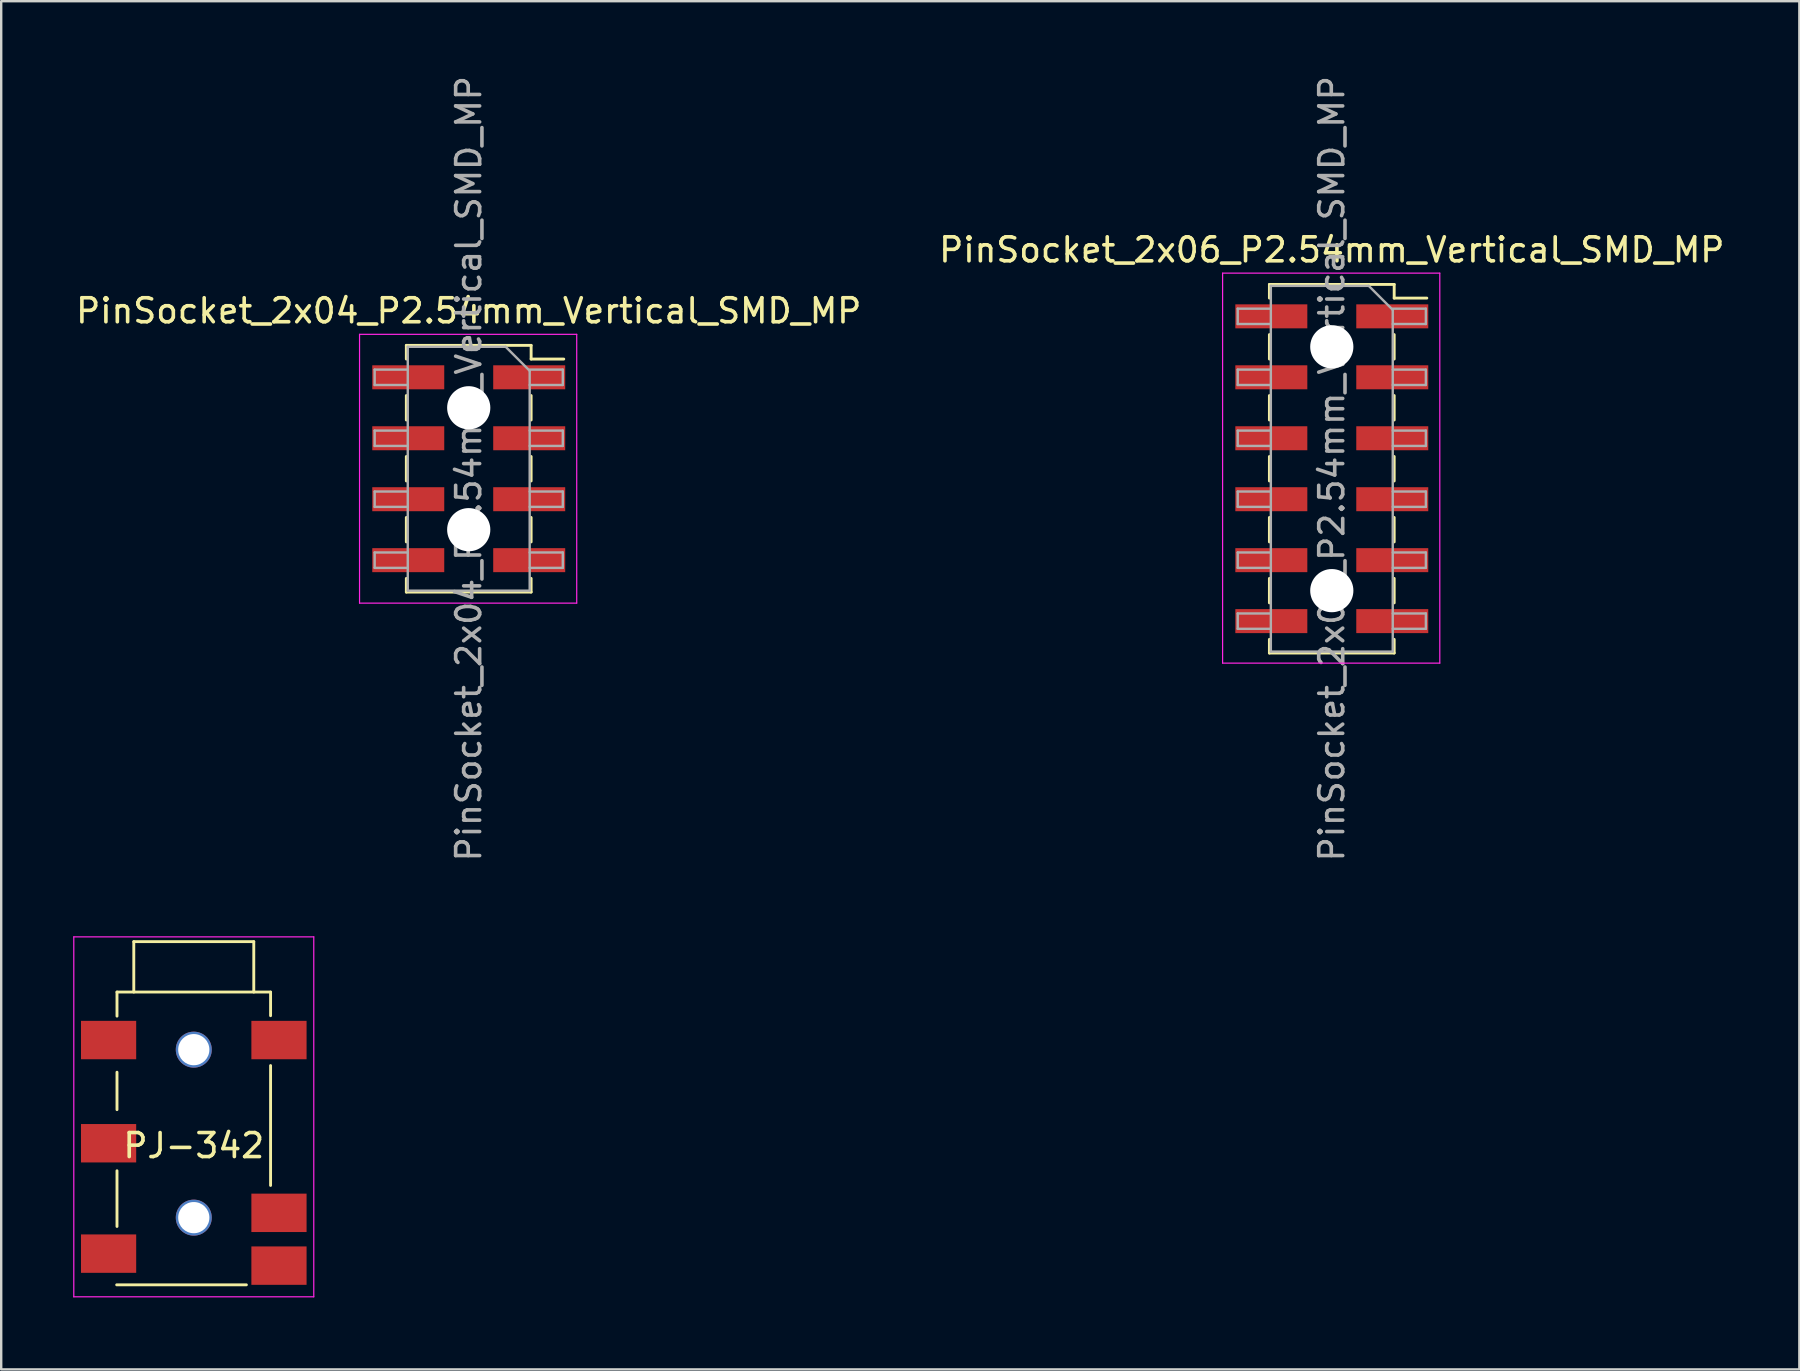
<source format=kicad_pcb>
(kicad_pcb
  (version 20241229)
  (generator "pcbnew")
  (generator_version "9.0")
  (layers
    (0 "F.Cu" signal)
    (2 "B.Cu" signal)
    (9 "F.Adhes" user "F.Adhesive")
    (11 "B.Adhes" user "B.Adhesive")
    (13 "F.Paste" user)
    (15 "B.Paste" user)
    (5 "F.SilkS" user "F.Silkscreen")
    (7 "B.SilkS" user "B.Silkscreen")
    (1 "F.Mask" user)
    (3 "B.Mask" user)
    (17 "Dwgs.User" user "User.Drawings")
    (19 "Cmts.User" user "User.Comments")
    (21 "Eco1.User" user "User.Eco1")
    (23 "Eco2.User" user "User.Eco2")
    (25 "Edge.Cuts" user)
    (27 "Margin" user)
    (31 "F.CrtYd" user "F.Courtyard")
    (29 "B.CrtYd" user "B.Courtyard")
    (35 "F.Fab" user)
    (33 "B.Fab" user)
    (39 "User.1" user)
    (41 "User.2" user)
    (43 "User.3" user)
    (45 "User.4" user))
  (footprint "PJ-342"
    (layer "F.Cu")
    (at 5.025 44.189)
    (property "Reference" "PJ-342" (at 0 0.5 0) (layer "F.SilkS") (effects (font (size 1 1) (thickness 0.15))))
    (attr through_hole)
    (fp_line (start -3.2 -5.9) (end -3.2 -4.897) (stroke (width 0.12) (type solid)) (layer "F.SilkS"))
    (fp_line (start -3.2 -5.9) (end 3.2 -5.9) (stroke (width 0.12) (type solid)) (layer "F.SilkS"))
    (fp_line (start -3.2 -2.56) (end -3.2 -1) (stroke (width 0.12) (type solid)) (layer "F.SilkS"))
    (fp_line (start -3.2 1.547) (end -3.2 3.868) (stroke (width 0.12) (type solid)) (layer "F.SilkS"))
    (fp_line (start -2.5 -8) (end -2.5 -5.9) (stroke (width 0.12) (type solid)) (layer "F.SilkS"))
    (fp_line (start -2.5 -8) (end 2.5 -8) (stroke (width 0.12) (type solid)) (layer "F.SilkS"))
    (fp_line (start 2.192 6.3) (end -3.213 6.3) (stroke (width 0.12) (type solid)) (layer "F.SilkS"))
    (fp_line (start 2.5 -8) (end 2.5 -5.9) (stroke (width 0.12) (type solid)) (layer "F.SilkS"))
    (fp_line (start 3.2 -5.9) (end 3.2 -4.915) (stroke (width 0.12) (type solid)) (layer "F.SilkS"))
    (fp_line (start 3.2 -2.837) (end 3.2 2.159) (stroke (width 0.12) (type solid)) (layer "F.SilkS"))
    (fp_line (start -5 -8.2) (end -5 6.8) (stroke (width 0.05) (type solid)) (layer "F.CrtYd"))
    (fp_line (start -5 6.8) (end 5 6.8) (stroke (width 0.05) (type solid)) (layer "F.CrtYd"))
    (fp_line (start 5 -8.2) (end -5 -8.2) (stroke (width 0.05) (type solid)) (layer "F.CrtYd"))
    (fp_line (start 5 6.8) (end 5 -8.2) (stroke (width 0.05) (type solid)) (layer "F.CrtYd"))
    (pad "" np_thru_hole circle (at 0 -3.5) (size 1.5 1.5) (drill 1.3) (layers "*.Cu" "*.Mask"))
    (pad "" np_thru_hole circle (at 0 3.5) (size 1.5 1.5) (drill 1.3) (layers "*.Cu" "*.Mask"))
    (pad "2" smd rect (at -3.55 -3.9) (size 2.3 1.6) (layers "F.Cu" "F.Mask" "F.Paste"))
    (pad "3" smd rect (at 3.55 -3.9) (size 2.3 1.6) (layers "F.Cu" "F.Mask" "F.Paste"))
    (pad "4" smd rect (at -3.55 0.4) (size 2.3 1.6) (layers "F.Cu" "F.Mask" "F.Paste"))
    (pad "5" smd rect (at 3.55 3.3) (size 2.3 1.6) (layers "F.Cu" "F.Mask" "F.Paste"))
    (pad "6" smd rect (at -3.55 5) (size 2.3 1.6) (layers "F.Cu" "F.Mask" "F.Paste"))
    (pad "7" smd rect (at 3.55 5.5) (size 2.3 1.6) (layers "F.Cu" "F.Mask" "F.Paste")))
  (footprint "PinSocket_2x04_P2.54mm_Vertical_SMD_MP"
    (layer "F.Cu")
    (at 16.482 16.482)
    (property "Reference" "PinSocket_2x04_P2.54mm_Vertical_SMD_MP" (at 0 -6.58 0) (layer "F.SilkS") (effects (font (size 1 1) (thickness 0.15))))
    (attr smd)
    (fp_line (start -2.6 -5.14) (end -2.6 -4.57) (stroke (width 0.12) (type solid)) (layer "F.SilkS"))
    (fp_line (start -2.6 -5.14) (end 2.6 -5.14) (stroke (width 0.12) (type solid)) (layer "F.SilkS"))
    (fp_line (start -2.6 -3.05) (end -2.6 -2.03) (stroke (width 0.12) (type solid)) (layer "F.SilkS"))
    (fp_line (start -2.6 -0.51) (end -2.6 0.51) (stroke (width 0.12) (type solid)) (layer "F.SilkS"))
    (fp_line (start -2.6 2.03) (end -2.6 3.05) (stroke (width 0.12) (type solid)) (layer "F.SilkS"))
    (fp_line (start -2.6 4.57) (end -2.6 5.14) (stroke (width 0.12) (type solid)) (layer "F.SilkS"))
    (fp_line (start -2.6 5.14) (end 2.6 5.14) (stroke (width 0.12) (type solid)) (layer "F.SilkS"))
    (fp_line (start 2.6 -5.14) (end 2.6 -4.57) (stroke (width 0.12) (type solid)) (layer "F.SilkS"))
    (fp_line (start 2.6 -4.57) (end 3.96 -4.57) (stroke (width 0.12) (type solid)) (layer "F.SilkS"))
    (fp_line (start 2.6 -3.05) (end 2.6 -2.03) (stroke (width 0.12) (type solid)) (layer "F.SilkS"))
    (fp_line (start 2.6 -0.51) (end 2.6 0.51) (stroke (width 0.12) (type solid)) (layer "F.SilkS"))
    (fp_line (start 2.6 2.03) (end 2.6 3.05) (stroke (width 0.12) (type solid)) (layer "F.SilkS"))
    (fp_line (start 2.6 4.57) (end 2.6 5.14) (stroke (width 0.12) (type solid)) (layer "F.SilkS"))
    (fp_line (start -4.55 -5.6) (end 4.5 -5.6) (stroke (width 0.05) (type solid)) (layer "F.CrtYd"))
    (fp_line (start -4.55 5.6) (end -4.55 -5.6) (stroke (width 0.05) (type solid)) (layer "F.CrtYd"))
    (fp_line (start 4.5 -5.6) (end 4.5 5.6) (stroke (width 0.05) (type solid)) (layer "F.CrtYd"))
    (fp_line (start 4.5 5.6) (end -4.55 5.6) (stroke (width 0.05) (type solid)) (layer "F.CrtYd"))
    (fp_line (start -3.92 -4.13) (end -2.54 -4.13) (stroke (width 0.1) (type solid)) (layer "F.Fab"))
    (fp_line (start -3.92 -3.49) (end -3.92 -4.13) (stroke (width 0.1) (type solid)) (layer "F.Fab"))
    (fp_line (start -3.92 -1.59) (end -2.54 -1.59) (stroke (width 0.1) (type solid)) (layer "F.Fab"))
    (fp_line (start -3.92 -0.95) (end -3.92 -1.59) (stroke (width 0.1) (type solid)) (layer "F.Fab"))
    (fp_line (start -3.92 0.95) (end -2.54 0.95) (stroke (width 0.1) (type solid)) (layer "F.Fab"))
    (fp_line (start -3.92 1.59) (end -3.92 0.95) (stroke (width 0.1) (type solid)) (layer "F.Fab"))
    (fp_line (start -3.92 3.49) (end -2.54 3.49) (stroke (width 0.1) (type solid)) (layer "F.Fab"))
    (fp_line (start -3.92 4.13) (end -3.92 3.49) (stroke (width 0.1) (type solid)) (layer "F.Fab"))
    (fp_line (start -2.54 -5.08) (end 1.54 -5.08) (stroke (width 0.1) (type solid)) (layer "F.Fab"))
    (fp_line (start -2.54 -3.49) (end -3.92 -3.49) (stroke (width 0.1) (type solid)) (layer "F.Fab"))
    (fp_line (start -2.54 -0.95) (end -3.92 -0.95) (stroke (width 0.1) (type solid)) (layer "F.Fab"))
    (fp_line (start -2.54 1.59) (end -3.92 1.59) (stroke (width 0.1) (type solid)) (layer "F.Fab"))
    (fp_line (start -2.54 4.13) (end -3.92 4.13) (stroke (width 0.1) (type solid)) (layer "F.Fab"))
    (fp_line (start -2.54 5.08) (end -2.54 -5.08) (stroke (width 0.1) (type solid)) (layer "F.Fab"))
    (fp_line (start 1.54 -5.08) (end 2.54 -4.08) (stroke (width 0.1) (type solid)) (layer "F.Fab"))
    (fp_line (start 2.54 -4.13) (end 3.92 -4.13) (stroke (width 0.1) (type solid)) (layer "F.Fab"))
    (fp_line (start 2.54 -4.08) (end 2.54 5.08) (stroke (width 0.1) (type solid)) (layer "F.Fab"))
    (fp_line (start 2.54 -1.59) (end 3.92 -1.59) (stroke (width 0.1) (type solid)) (layer "F.Fab"))
    (fp_line (start 2.54 0.95) (end 3.92 0.95) (stroke (width 0.1) (type solid)) (layer "F.Fab"))
    (fp_line (start 2.54 3.49) (end 3.92 3.49) (stroke (width 0.1) (type solid)) (layer "F.Fab"))
    (fp_line (start 2.54 5.08) (end -2.54 5.08) (stroke (width 0.1) (type solid)) (layer "F.Fab"))
    (fp_line (start 3.92 -4.13) (end 3.92 -3.49) (stroke (width 0.1) (type solid)) (layer "F.Fab"))
    (fp_line (start 3.92 -3.49) (end 2.54 -3.49) (stroke (width 0.1) (type solid)) (layer "F.Fab"))
    (fp_line (start 3.92 -1.59) (end 3.92 -0.95) (stroke (width 0.1) (type solid)) (layer "F.Fab"))
    (fp_line (start 3.92 -0.95) (end 2.54 -0.95) (stroke (width 0.1) (type solid)) (layer "F.Fab"))
    (fp_line (start 3.92 0.95) (end 3.92 1.59) (stroke (width 0.1) (type solid)) (layer "F.Fab"))
    (fp_line (start 3.92 1.59) (end 2.54 1.59) (stroke (width 0.1) (type solid)) (layer "F.Fab"))
    (fp_line (start 3.92 3.49) (end 3.92 4.13) (stroke (width 0.1) (type solid)) (layer "F.Fab"))
    (fp_line (start 3.92 4.13) (end 2.54 4.13) (stroke (width 0.1) (type solid)) (layer "F.Fab"))
    (fp_text user "${REFERENCE}" (at 0 0 90) (layer "F.Fab") (effects (font (size 1 1) (thickness 0.15))))
    (pad "" np_thru_hole circle (at 0 -2.54) (size 1.8 1.8) (drill 1.8) (layers "*.Cu" "*.Mask"))
    (pad "" np_thru_hole circle (at 0 2.54) (size 1.8 1.8) (drill 1.8) (layers "*.Cu" "*.Mask"))
    (pad "1" smd rect (at 2.52 -3.81) (size 3 1) (layers "F.Cu" "F.Mask" "F.Paste"))
    (pad "2" smd rect (at -2.52 -3.81) (size 3 1) (layers "F.Cu" "F.Mask" "F.Paste"))
    (pad "3" smd rect (at 2.52 -1.27) (size 3 1) (layers "F.Cu" "F.Mask" "F.Paste"))
    (pad "4" smd rect (at -2.52 -1.27) (size 3 1) (layers "F.Cu" "F.Mask" "F.Paste"))
    (pad "5" smd rect (at 2.52 1.27) (size 3 1) (layers "F.Cu" "F.Mask" "F.Paste"))
    (pad "6" smd rect (at -2.52 1.27) (size 3 1) (layers "F.Cu" "F.Mask" "F.Paste"))
    (pad "7" smd rect (at 2.52 3.81) (size 3 1) (layers "F.Cu" "F.Mask" "F.Paste"))
    (pad "8" smd rect (at -2.52 3.81) (size 3 1) (layers "F.Cu" "F.Mask" "F.Paste")))
  (footprint "PinSocket_2x06_P2.54mm_Vertical_SMD_MP"
    (layer "F.Cu")
    (at 52.446 16.482)
    (property "Reference" "PinSocket_2x06_P2.54mm_Vertical_SMD_MP" (at 0 -9.12 0) (layer "F.SilkS") (effects (font (size 1 1) (thickness 0.15))))
    (attr smd)
    (fp_line (start -2.6 -7.68) (end -2.6 -7.11) (stroke (width 0.12) (type solid)) (layer "F.SilkS"))
    (fp_line (start -2.6 -7.68) (end 2.6 -7.68) (stroke (width 0.12) (type solid)) (layer "F.SilkS"))
    (fp_line (start -2.6 -5.59) (end -2.6 -4.57) (stroke (width 0.12) (type solid)) (layer "F.SilkS"))
    (fp_line (start -2.6 -3.05) (end -2.6 -2.03) (stroke (width 0.12) (type solid)) (layer "F.SilkS"))
    (fp_line (start -2.6 -0.51) (end -2.6 0.51) (stroke (width 0.12) (type solid)) (layer "F.SilkS"))
    (fp_line (start -2.6 2.03) (end -2.6 3.05) (stroke (width 0.12) (type solid)) (layer "F.SilkS"))
    (fp_line (start -2.6 4.57) (end -2.6 5.59) (stroke (width 0.12) (type solid)) (layer "F.SilkS"))
    (fp_line (start -2.6 7.11) (end -2.6 7.68) (stroke (width 0.12) (type solid)) (layer "F.SilkS"))
    (fp_line (start -2.6 7.68) (end 2.6 7.68) (stroke (width 0.12) (type solid)) (layer "F.SilkS"))
    (fp_line (start 2.6 -7.68) (end 2.6 -7.11) (stroke (width 0.12) (type solid)) (layer "F.SilkS"))
    (fp_line (start 2.6 -7.11) (end 3.96 -7.11) (stroke (width 0.12) (type solid)) (layer "F.SilkS"))
    (fp_line (start 2.6 -5.59) (end 2.6 -4.57) (stroke (width 0.12) (type solid)) (layer "F.SilkS"))
    (fp_line (start 2.6 -3.05) (end 2.6 -2.03) (stroke (width 0.12) (type solid)) (layer "F.SilkS"))
    (fp_line (start 2.6 -0.51) (end 2.6 0.51) (stroke (width 0.12) (type solid)) (layer "F.SilkS"))
    (fp_line (start 2.6 2.03) (end 2.6 3.05) (stroke (width 0.12) (type solid)) (layer "F.SilkS"))
    (fp_line (start 2.6 4.57) (end 2.6 5.59) (stroke (width 0.12) (type solid)) (layer "F.SilkS"))
    (fp_line (start 2.6 7.11) (end 2.6 7.68) (stroke (width 0.12) (type solid)) (layer "F.SilkS"))
    (fp_line (start -4.55 -8.15) (end 4.5 -8.15) (stroke (width 0.05) (type solid)) (layer "F.CrtYd"))
    (fp_line (start -4.55 8.1) (end -4.55 -8.15) (stroke (width 0.05) (type solid)) (layer "F.CrtYd"))
    (fp_line (start 4.5 -8.15) (end 4.5 8.1) (stroke (width 0.05) (type solid)) (layer "F.CrtYd"))
    (fp_line (start 4.5 8.1) (end -4.55 8.1) (stroke (width 0.05) (type solid)) (layer "F.CrtYd"))
    (fp_line (start -3.92 -6.67) (end -2.54 -6.67) (stroke (width 0.1) (type solid)) (layer "F.Fab"))
    (fp_line (start -3.92 -6.03) (end -3.92 -6.67) (stroke (width 0.1) (type solid)) (layer "F.Fab"))
    (fp_line (start -3.92 -4.13) (end -2.54 -4.13) (stroke (width 0.1) (type solid)) (layer "F.Fab"))
    (fp_line (start -3.92 -3.49) (end -3.92 -4.13) (stroke (width 0.1) (type solid)) (layer "F.Fab"))
    (fp_line (start -3.92 -1.59) (end -2.54 -1.59) (stroke (width 0.1) (type solid)) (layer "F.Fab"))
    (fp_line (start -3.92 -0.95) (end -3.92 -1.59) (stroke (width 0.1) (type solid)) (layer "F.Fab"))
    (fp_line (start -3.92 0.95) (end -2.54 0.95) (stroke (width 0.1) (type solid)) (layer "F.Fab"))
    (fp_line (start -3.92 1.59) (end -3.92 0.95) (stroke (width 0.1) (type solid)) (layer "F.Fab"))
    (fp_line (start -3.92 3.49) (end -2.54 3.49) (stroke (width 0.1) (type solid)) (layer "F.Fab"))
    (fp_line (start -3.92 4.13) (end -3.92 3.49) (stroke (width 0.1) (type solid)) (layer "F.Fab"))
    (fp_line (start -3.92 6.03) (end -2.54 6.03) (stroke (width 0.1) (type solid)) (layer "F.Fab"))
    (fp_line (start -3.92 6.67) (end -3.92 6.03) (stroke (width 0.1) (type solid)) (layer "F.Fab"))
    (fp_line (start -2.54 -7.62) (end 1.54 -7.62) (stroke (width 0.1) (type solid)) (layer "F.Fab"))
    (fp_line (start -2.54 -6.03) (end -3.92 -6.03) (stroke (width 0.1) (type solid)) (layer "F.Fab"))
    (fp_line (start -2.54 -3.49) (end -3.92 -3.49) (stroke (width 0.1) (type solid)) (layer "F.Fab"))
    (fp_line (start -2.54 -0.95) (end -3.92 -0.95) (stroke (width 0.1) (type solid)) (layer "F.Fab"))
    (fp_line (start -2.54 1.59) (end -3.92 1.59) (stroke (width 0.1) (type solid)) (layer "F.Fab"))
    (fp_line (start -2.54 4.13) (end -3.92 4.13) (stroke (width 0.1) (type solid)) (layer "F.Fab"))
    (fp_line (start -2.54 6.67) (end -3.92 6.67) (stroke (width 0.1) (type solid)) (layer "F.Fab"))
    (fp_line (start -2.54 7.62) (end -2.54 -7.62) (stroke (width 0.1) (type solid)) (layer "F.Fab"))
    (fp_line (start 1.54 -7.62) (end 2.54 -6.62) (stroke (width 0.1) (type solid)) (layer "F.Fab"))
    (fp_line (start 2.54 -6.67) (end 3.92 -6.67) (stroke (width 0.1) (type solid)) (layer "F.Fab"))
    (fp_line (start 2.54 -6.62) (end 2.54 7.62) (stroke (width 0.1) (type solid)) (layer "F.Fab"))
    (fp_line (start 2.54 -4.13) (end 3.92 -4.13) (stroke (width 0.1) (type solid)) (layer "F.Fab"))
    (fp_line (start 2.54 -1.59) (end 3.92 -1.59) (stroke (width 0.1) (type solid)) (layer "F.Fab"))
    (fp_line (start 2.54 0.95) (end 3.92 0.95) (stroke (width 0.1) (type solid)) (layer "F.Fab"))
    (fp_line (start 2.54 3.49) (end 3.92 3.49) (stroke (width 0.1) (type solid)) (layer "F.Fab"))
    (fp_line (start 2.54 6.03) (end 3.92 6.03) (stroke (width 0.1) (type solid)) (layer "F.Fab"))
    (fp_line (start 2.54 7.62) (end -2.54 7.62) (stroke (width 0.1) (type solid)) (layer "F.Fab"))
    (fp_line (start 3.92 -6.67) (end 3.92 -6.03) (stroke (width 0.1) (type solid)) (layer "F.Fab"))
    (fp_line (start 3.92 -6.03) (end 2.54 -6.03) (stroke (width 0.1) (type solid)) (layer "F.Fab"))
    (fp_line (start 3.92 -4.13) (end 3.92 -3.49) (stroke (width 0.1) (type solid)) (layer "F.Fab"))
    (fp_line (start 3.92 -3.49) (end 2.54 -3.49) (stroke (width 0.1) (type solid)) (layer "F.Fab"))
    (fp_line (start 3.92 -1.59) (end 3.92 -0.95) (stroke (width 0.1) (type solid)) (layer "F.Fab"))
    (fp_line (start 3.92 -0.95) (end 2.54 -0.95) (stroke (width 0.1) (type solid)) (layer "F.Fab"))
    (fp_line (start 3.92 0.95) (end 3.92 1.59) (stroke (width 0.1) (type solid)) (layer "F.Fab"))
    (fp_line (start 3.92 1.59) (end 2.54 1.59) (stroke (width 0.1) (type solid)) (layer "F.Fab"))
    (fp_line (start 3.92 3.49) (end 3.92 4.13) (stroke (width 0.1) (type solid)) (layer "F.Fab"))
    (fp_line (start 3.92 4.13) (end 2.54 4.13) (stroke (width 0.1) (type solid)) (layer "F.Fab"))
    (fp_line (start 3.92 6.03) (end 3.92 6.67) (stroke (width 0.1) (type solid)) (layer "F.Fab"))
    (fp_line (start 3.92 6.67) (end 2.54 6.67) (stroke (width 0.1) (type solid)) (layer "F.Fab"))
    (fp_text user "${REFERENCE}" (at 0 0 90) (layer "F.Fab") (effects (font (size 1 1) (thickness 0.15))))
    (pad "" np_thru_hole circle (at 0 -5.08) (size 1.8 1.8) (drill 1.8) (layers "*.Cu" "*.Mask"))
    (pad "" np_thru_hole circle (at 0 5.08) (size 1.8 1.8) (drill 1.8) (layers "*.Cu" "*.Mask"))
    (pad "1" smd rect (at 2.52 -6.35) (size 3 1) (layers "F.Cu" "F.Mask" "F.Paste"))
    (pad "2" smd rect (at -2.52 -6.35) (size 3 1) (layers "F.Cu" "F.Mask" "F.Paste"))
    (pad "3" smd rect (at 2.52 -3.81) (size 3 1) (layers "F.Cu" "F.Mask" "F.Paste"))
    (pad "4" smd rect (at -2.52 -3.81) (size 3 1) (layers "F.Cu" "F.Mask" "F.Paste"))
    (pad "5" smd rect (at 2.52 -1.27) (size 3 1) (layers "F.Cu" "F.Mask" "F.Paste"))
    (pad "6" smd rect (at -2.52 -1.27) (size 3 1) (layers "F.Cu" "F.Mask" "F.Paste"))
    (pad "7" smd rect (at 2.52 1.27) (size 3 1) (layers "F.Cu" "F.Mask" "F.Paste"))
    (pad "8" smd rect (at -2.52 1.27) (size 3 1) (layers "F.Cu" "F.Mask" "F.Paste"))
    (pad "9" smd rect (at 2.52 3.81) (size 3 1) (layers "F.Cu" "F.Mask" "F.Paste"))
    (pad "10" smd rect (at -2.52 3.81) (size 3 1) (layers "F.Cu" "F.Mask" "F.Paste"))
    (pad "11" smd rect (at 2.52 6.35) (size 3 1) (layers "F.Cu" "F.Mask" "F.Paste"))
    (pad "12" smd rect (at -2.52 6.35) (size 3 1) (layers "F.Cu" "F.Mask" "F.Paste")))
  (gr_rect
    (start -3 -3)
    (end 71.929 54.014)
    (stroke (width 0.1) (type default))
    (fill no)
    (layer "Edge.Cuts")))
</source>
